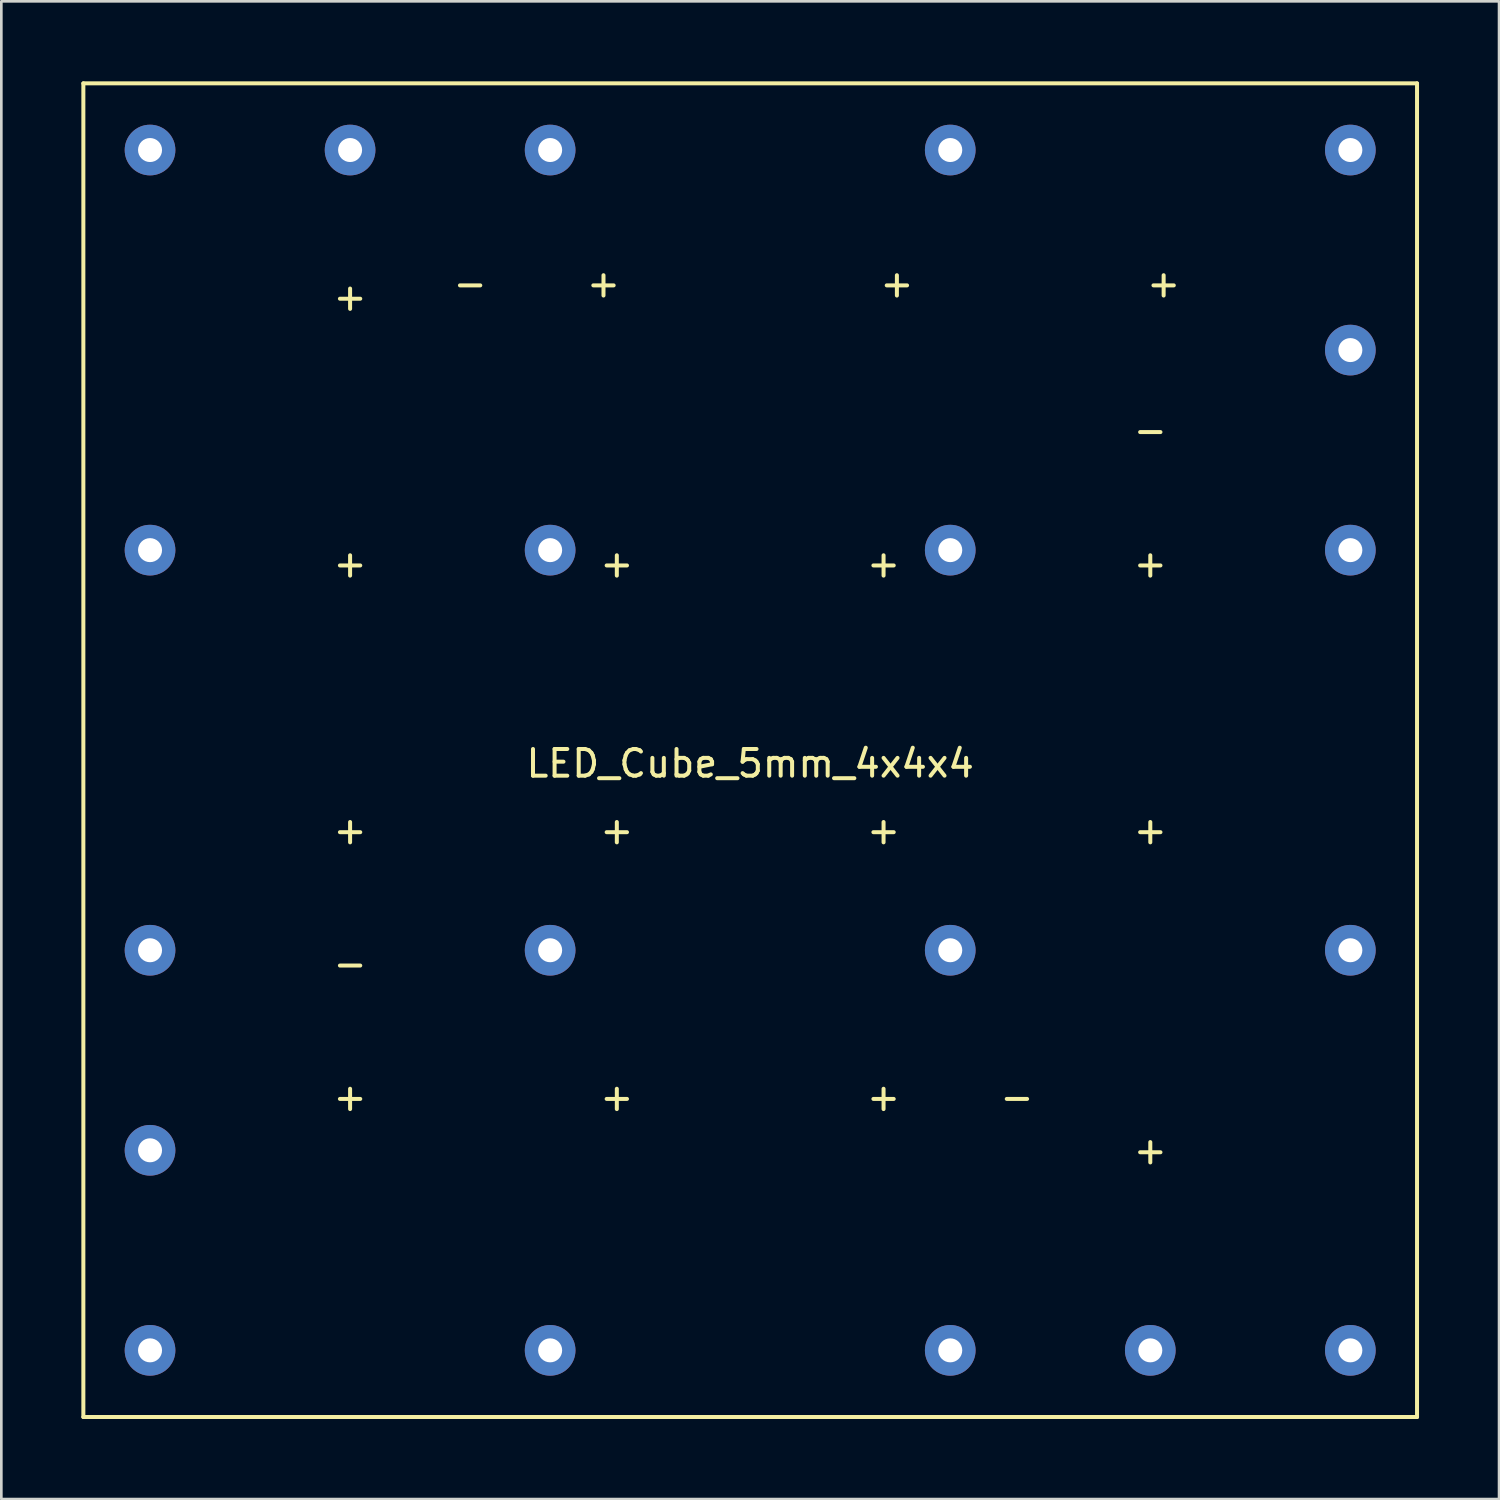
<source format=kicad_pcb>
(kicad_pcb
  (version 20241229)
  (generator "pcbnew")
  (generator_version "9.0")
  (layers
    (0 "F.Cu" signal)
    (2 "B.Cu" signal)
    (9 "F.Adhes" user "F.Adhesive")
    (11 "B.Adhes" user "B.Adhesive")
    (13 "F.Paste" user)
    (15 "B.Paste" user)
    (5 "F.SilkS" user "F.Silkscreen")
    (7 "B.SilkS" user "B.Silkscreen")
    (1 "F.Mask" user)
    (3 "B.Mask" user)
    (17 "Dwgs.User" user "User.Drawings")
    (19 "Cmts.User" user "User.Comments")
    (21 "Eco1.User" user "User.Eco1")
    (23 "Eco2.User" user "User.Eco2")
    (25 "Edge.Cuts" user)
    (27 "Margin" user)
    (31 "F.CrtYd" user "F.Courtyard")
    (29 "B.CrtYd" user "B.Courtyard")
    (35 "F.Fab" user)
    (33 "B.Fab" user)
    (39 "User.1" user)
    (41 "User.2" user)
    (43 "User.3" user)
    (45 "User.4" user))
  (footprint "LED_Cube_5mm_4x4x4"
    (layer "F.Cu")
    (at 25.075 25.075)
    (property "Reference" "LED_Cube_5mm_4x4x4" (at 0 0.5 0) (layer "F.SilkS") (effects (font (size 1 1) (thickness 0.15))))
    (attr through_hole)
    (fp_line (start -25 -25) (end -25 25) (stroke (width 0.15) (type solid)) (layer "F.SilkS"))
    (fp_line (start -25 25) (end 25 25) (stroke (width 0.15) (type solid)) (layer "F.SilkS"))
    (fp_line (start 25 -25) (end -25 -25) (stroke (width 0.15) (type solid)) (layer "F.SilkS"))
    (fp_line (start 25 25) (end 25 -25) (stroke (width 0.15) (type solid)) (layer "F.SilkS"))
    (fp_text user "-" (at -15 8 0) (layer "F.SilkS") (effects (font (size 1 1) (thickness 0.15))))
    (fp_text user "+" (at 5 13 0) (layer "F.SilkS") (effects (font (size 1 1) (thickness 0.15))))
    (fp_text user "+" (at 5.5 -17.5 0) (layer "F.SilkS") (effects (font (size 1 1) (thickness 0.15))))
    (fp_text user "-" (at 10 13 0) (layer "F.SilkS") (effects (font (size 1 1) (thickness 0.15))))
    (fp_text user "+" (at 15 15 0) (layer "F.SilkS") (effects (font (size 1 1) (thickness 0.15))))
    (fp_text user "+" (at 15.5 -17.5 0) (layer "F.SilkS") (effects (font (size 1 1) (thickness 0.15))))
    (fp_text user "+" (at 15 3 0) (layer "F.SilkS") (effects (font (size 1 1) (thickness 0.15))))
    (fp_text user "+" (at -5 -7 0) (layer "F.SilkS") (effects (font (size 1 1) (thickness 0.15))))
    (fp_text user "+" (at -5 3 0) (layer "F.SilkS") (effects (font (size 1 1) (thickness 0.15))))
    (fp_text user "-" (at 15 -12 0) (layer "F.SilkS") (effects (font (size 1 1) (thickness 0.15))))
    (fp_text user "+" (at -15 -7 0) (layer "F.SilkS") (effects (font (size 1 1) (thickness 0.15))))
    (fp_text user "+" (at 5 -7 0) (layer "F.SilkS") (effects (font (size 1 1) (thickness 0.15))))
    (fp_text user "+" (at -15 3 0) (layer "F.SilkS") (effects (font (size 1 1) (thickness 0.15))))
    (fp_text user "+" (at -5 13 0) (layer "F.SilkS") (effects (font (size 1 1) (thickness 0.15))))
    (fp_text user "+" (at -15 13 0) (layer "F.SilkS") (effects (font (size 1 1) (thickness 0.15))))
    (fp_text user "+" (at -5.5 -17.5 0) (layer "F.SilkS") (effects (font (size 1 1) (thickness 0.15))))
    (fp_text user "+" (at 5 3 0) (layer "F.SilkS") (effects (font (size 1 1) (thickness 0.15))))
    (fp_text user "+" (at 15 -7 0) (layer "F.SilkS") (effects (font (size 1 1) (thickness 0.15))))
    (fp_text user "+" (at -15 -17 0) (layer "F.SilkS") (effects (font (size 1 1) (thickness 0.15))))
    (fp_text user "-" (at -10.5 -17.5 0) (layer "F.SilkS") (effects (font (size 1 1) (thickness 0.15))))
    (pad "1" thru_hole circle (at -22.5 -22.5) (size 1.9 1.9) (drill 0.9) (layers "*.Cu" "*.Mask"))
    (pad "2" thru_hole circle (at -22.5 -7.5) (size 1.9 1.9) (drill 0.9) (layers "*.Cu" "*.Mask"))
    (pad "3" thru_hole circle (at -22.5 7.5) (size 1.9 1.9) (drill 0.9) (layers "*.Cu" "*.Mask"))
    (pad "4" thru_hole circle (at -22.5 22.5) (size 1.9 1.9) (drill 0.9) (layers "*.Cu" "*.Mask"))
    (pad "5" thru_hole circle (at -7.5 22.5) (size 1.9 1.9) (drill 0.9) (layers "*.Cu" "*.Mask"))
    (pad "6" thru_hole circle (at -7.5 7.5) (size 1.9 1.9) (drill 0.9) (layers "*.Cu" "*.Mask"))
    (pad "7" thru_hole circle (at -7.5 -7.5) (size 1.9 1.9) (drill 0.9) (layers "*.Cu" "*.Mask"))
    (pad "8" thru_hole circle (at -7.5 -22.5) (size 1.9 1.9) (drill 0.9) (layers "*.Cu" "*.Mask"))
    (pad "9" thru_hole circle (at 7.5 -22.5) (size 1.9 1.9) (drill 0.9) (layers "*.Cu" "*.Mask"))
    (pad "10" thru_hole circle (at 7.5 -7.5) (size 1.9 1.9) (drill 0.9) (layers "*.Cu" "*.Mask"))
    (pad "11" thru_hole circle (at 7.5 7.5) (size 1.9 1.9) (drill 0.9) (layers "*.Cu" "*.Mask"))
    (pad "12" thru_hole circle (at 7.5 22.5) (size 1.9 1.9) (drill 0.9) (layers "*.Cu" "*.Mask"))
    (pad "13" thru_hole circle (at 22.5 22.5) (size 1.9 1.9) (drill 0.9) (layers "*.Cu" "*.Mask"))
    (pad "14" thru_hole circle (at 22.5 7.5) (size 1.9 1.9) (drill 0.9) (layers "*.Cu" "*.Mask"))
    (pad "15" thru_hole circle (at 22.5 -7.5) (size 1.9 1.9) (drill 0.9) (layers "*.Cu" "*.Mask"))
    (pad "16" thru_hole circle (at 22.5 -22.5) (size 1.9 1.9) (drill 0.9) (layers "*.Cu" "*.Mask"))
    (pad "17" thru_hole circle (at -15 -22.5) (size 1.9 1.9) (drill 0.9) (layers "*.Cu" "*.Mask"))
    (pad "18" thru_hole circle (at -22.5 15) (size 1.9 1.9) (drill 0.9) (layers "*.Cu" "*.Mask"))
    (pad "19" thru_hole circle (at 15 22.5) (size 1.9 1.9) (drill 0.9) (layers "*.Cu" "*.Mask"))
    (pad "20" thru_hole circle (at 22.5 -15) (size 1.9 1.9) (drill 0.9) (layers "*.Cu" "*.Mask")))
  (gr_rect
    (start -3 -3)
    (end 53.15 53.15)
    (stroke (width 0.1) (type default))
    (fill no)
    (layer "Edge.Cuts")))
</source>
